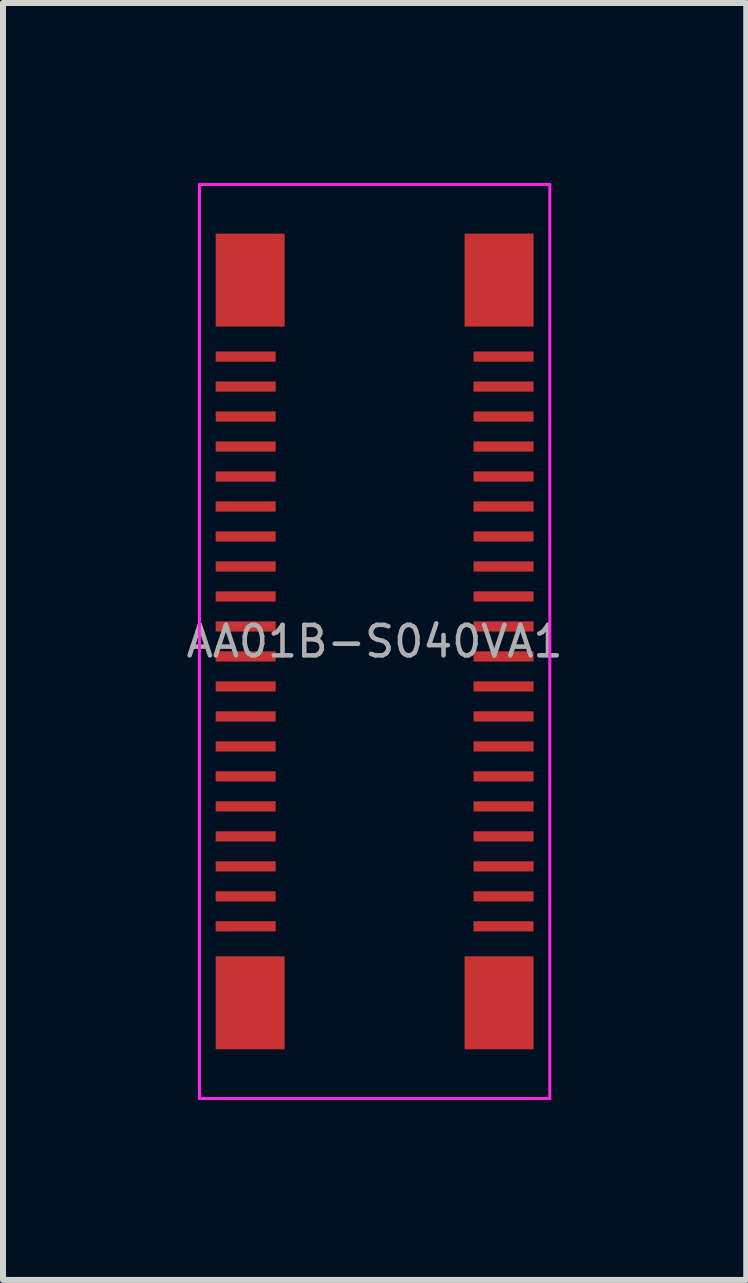
<source format=kicad_pcb>
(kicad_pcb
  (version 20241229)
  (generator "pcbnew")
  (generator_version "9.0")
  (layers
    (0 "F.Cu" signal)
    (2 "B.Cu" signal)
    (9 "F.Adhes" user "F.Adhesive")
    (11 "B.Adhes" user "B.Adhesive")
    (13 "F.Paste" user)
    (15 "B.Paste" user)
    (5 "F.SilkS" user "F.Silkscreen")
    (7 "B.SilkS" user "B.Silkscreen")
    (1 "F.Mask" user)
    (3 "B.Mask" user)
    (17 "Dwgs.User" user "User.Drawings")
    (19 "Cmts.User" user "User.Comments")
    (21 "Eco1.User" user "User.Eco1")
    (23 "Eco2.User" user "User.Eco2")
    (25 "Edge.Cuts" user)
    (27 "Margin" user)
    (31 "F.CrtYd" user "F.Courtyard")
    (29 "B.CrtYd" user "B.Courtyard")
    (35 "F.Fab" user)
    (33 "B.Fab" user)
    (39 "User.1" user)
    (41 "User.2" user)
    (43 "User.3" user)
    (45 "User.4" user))
  (footprint "AA01B-S040VA1"
    (layer "F.Cu")
    (at 3.196 7.645)
    (property "Reference" "AA01B-S040VA1" (at 0 0 0) (layer "F.Fab") (effects (font (size 0.508 0.508) (thickness 0.076))))
    (attr smd)
    (fp_line (start -2.921 -7.62) (end -2.921 7.62) (stroke (width 0.05) (type solid)) (layer "F.CrtYd"))
    (fp_line (start -2.921 7.62) (end 2.921 7.62) (stroke (width 0.05) (type solid)) (layer "F.CrtYd"))
    (fp_line (start 2.921 -7.62) (end -2.921 -7.62) (stroke (width 0.05) (type solid)) (layer "F.CrtYd"))
    (fp_line (start 2.921 7.62) (end 2.921 -7.62) (stroke (width 0.05) (type solid)) (layer "F.CrtYd"))
    (pad "1" smd rect (at 2.15 -4.75) (size 1 0.17) (layers "F.Cu" "F.Mask" "F.Paste"))
    (pad "2" smd rect (at -2.15 -4.75) (size 1 0.17) (layers "F.Cu" "F.Mask" "F.Paste"))
    (pad "3" smd rect (at 2.15 -4.25) (size 1 0.17) (layers "F.Cu" "F.Mask" "F.Paste"))
    (pad "4" smd rect (at -2.15 -4.25) (size 1 0.17) (layers "F.Cu" "F.Mask" "F.Paste"))
    (pad "5" smd rect (at 2.15 -3.75) (size 1 0.17) (layers "F.Cu" "F.Mask" "F.Paste"))
    (pad "6" smd rect (at -2.15 -3.75) (size 1 0.17) (layers "F.Cu" "F.Mask" "F.Paste"))
    (pad "7" smd rect (at 2.15 -3.25) (size 1 0.17) (layers "F.Cu" "F.Mask" "F.Paste"))
    (pad "8" smd rect (at -2.15 -3.25) (size 1 0.17) (layers "F.Cu" "F.Mask" "F.Paste"))
    (pad "9" smd rect (at 2.15 -2.75) (size 1 0.17) (layers "F.Cu" "F.Mask" "F.Paste"))
    (pad "10" smd rect (at -2.15 -2.75) (size 1 0.17) (layers "F.Cu" "F.Mask" "F.Paste"))
    (pad "11" smd rect (at 2.15 -2.25) (size 1 0.17) (layers "F.Cu" "F.Mask" "F.Paste"))
    (pad "12" smd rect (at -2.15 -2.25) (size 1 0.17) (layers "F.Cu" "F.Mask" "F.Paste"))
    (pad "13" smd rect (at 2.15 -1.75) (size 1 0.17) (layers "F.Cu" "F.Mask" "F.Paste"))
    (pad "14" smd rect (at -2.15 -1.75) (size 1 0.17) (layers "F.Cu" "F.Mask" "F.Paste"))
    (pad "15" smd rect (at 2.15 -1.25) (size 1 0.17) (layers "F.Cu" "F.Mask" "F.Paste"))
    (pad "16" smd rect (at -2.15 -1.25) (size 1 0.17) (layers "F.Cu" "F.Mask" "F.Paste"))
    (pad "17" smd rect (at 2.15 -0.75) (size 1 0.17) (layers "F.Cu" "F.Mask" "F.Paste"))
    (pad "18" smd rect (at -2.15 -0.75) (size 1 0.17) (layers "F.Cu" "F.Mask" "F.Paste"))
    (pad "19" smd rect (at 2.15 -0.25) (size 1 0.17) (layers "F.Cu" "F.Mask" "F.Paste"))
    (pad "20" smd rect (at -2.15 -0.25) (size 1 0.17) (layers "F.Cu" "F.Mask" "F.Paste"))
    (pad "21" smd rect (at 2.15 0.25) (size 1 0.17) (layers "F.Cu" "F.Mask" "F.Paste"))
    (pad "22" smd rect (at -2.15 0.25) (size 1 0.17) (layers "F.Cu" "F.Mask" "F.Paste"))
    (pad "23" smd rect (at 2.15 0.75) (size 1 0.17) (layers "F.Cu" "F.Mask" "F.Paste"))
    (pad "24" smd rect (at -2.15 0.75) (size 1 0.17) (layers "F.Cu" "F.Mask" "F.Paste"))
    (pad "25" smd rect (at 2.15 1.25) (size 1 0.17) (layers "F.Cu" "F.Mask" "F.Paste"))
    (pad "26" smd rect (at -2.15 1.25) (size 1 0.17) (layers "F.Cu" "F.Mask" "F.Paste"))
    (pad "27" smd rect (at 2.15 1.75) (size 1 0.17) (layers "F.Cu" "F.Mask" "F.Paste"))
    (pad "28" smd rect (at -2.15 1.75) (size 1 0.17) (layers "F.Cu" "F.Mask" "F.Paste"))
    (pad "29" smd rect (at 2.15 2.25) (size 1 0.17) (layers "F.Cu" "F.Mask" "F.Paste"))
    (pad "30" smd rect (at -2.15 2.25) (size 1 0.17) (layers "F.Cu" "F.Mask" "F.Paste"))
    (pad "31" smd rect (at 2.15 2.75) (size 1 0.17) (layers "F.Cu" "F.Mask" "F.Paste"))
    (pad "32" smd rect (at -2.15 2.75) (size 1 0.17) (layers "F.Cu" "F.Mask" "F.Paste"))
    (pad "33" smd rect (at 2.15 3.25) (size 1 0.17) (layers "F.Cu" "F.Mask" "F.Paste"))
    (pad "34" smd rect (at -2.15 3.25) (size 1 0.17) (layers "F.Cu" "F.Mask" "F.Paste"))
    (pad "35" smd rect (at 2.15 3.75) (size 1 0.17) (layers "F.Cu" "F.Mask" "F.Paste"))
    (pad "36" smd rect (at -2.15 3.75) (size 1 0.17) (layers "F.Cu" "F.Mask" "F.Paste"))
    (pad "37" smd rect (at 2.15 4.25) (size 1 0.17) (layers "F.Cu" "F.Mask" "F.Paste"))
    (pad "38" smd rect (at -2.15 4.25) (size 1 0.17) (layers "F.Cu" "F.Mask" "F.Paste"))
    (pad "39" smd rect (at 2.15 4.75) (size 1 0.17) (layers "F.Cu" "F.Mask" "F.Paste"))
    (pad "40" smd rect (at -2.15 4.75) (size 1 0.17) (layers "F.Cu" "F.Mask" "F.Paste"))
    (pad "41" smd rect (at 2.075 -6.025) (size 1.15 1.55) (layers "F.Cu" "F.Mask" "F.Paste"))
    (pad "42" smd rect (at -2.075 -6.025) (size 1.15 1.55) (layers "F.Cu" "F.Mask" "F.Paste"))
    (pad "43" smd rect (at 2.075 6.025) (size 1.15 1.55) (layers "F.Cu" "F.Mask" "F.Paste"))
    (pad "44" smd rect (at -2.075 6.025) (size 1.15 1.55) (layers "F.Cu" "F.Mask" "F.Paste")))
  (gr_rect
    (start -3 -3)
    (end 9.392 18.29)
    (stroke (width 0.1) (type default))
    (fill no)
    (layer "Edge.Cuts")))
</source>
